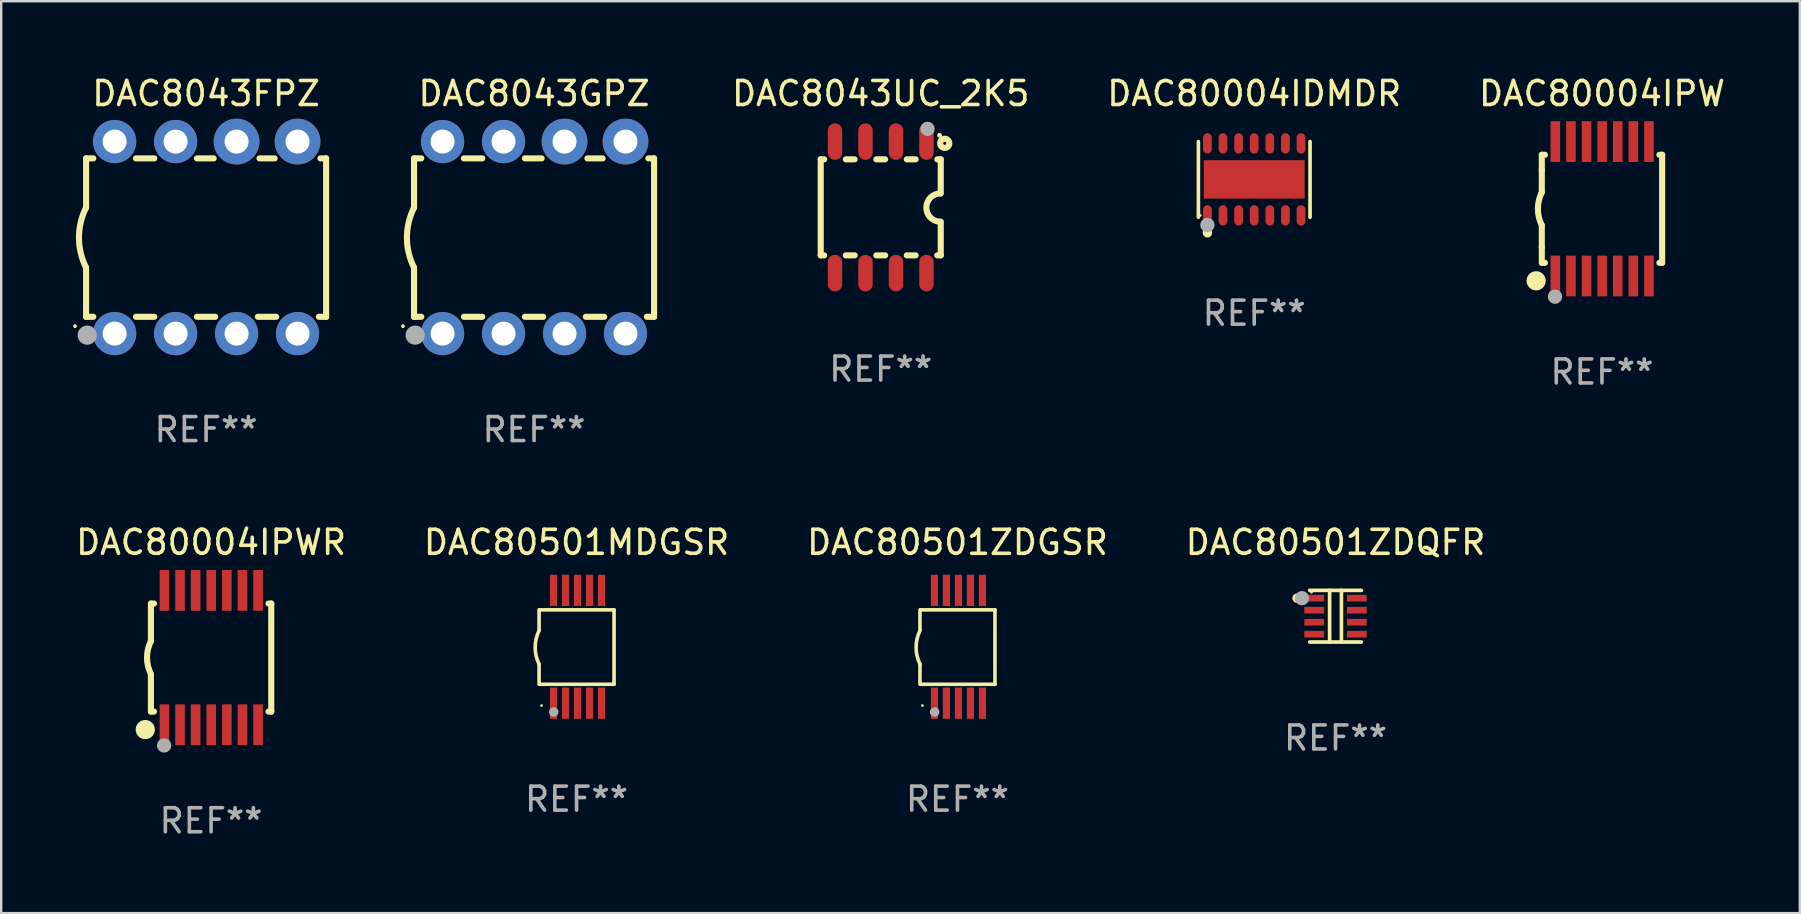
<source format=kicad_pcb>
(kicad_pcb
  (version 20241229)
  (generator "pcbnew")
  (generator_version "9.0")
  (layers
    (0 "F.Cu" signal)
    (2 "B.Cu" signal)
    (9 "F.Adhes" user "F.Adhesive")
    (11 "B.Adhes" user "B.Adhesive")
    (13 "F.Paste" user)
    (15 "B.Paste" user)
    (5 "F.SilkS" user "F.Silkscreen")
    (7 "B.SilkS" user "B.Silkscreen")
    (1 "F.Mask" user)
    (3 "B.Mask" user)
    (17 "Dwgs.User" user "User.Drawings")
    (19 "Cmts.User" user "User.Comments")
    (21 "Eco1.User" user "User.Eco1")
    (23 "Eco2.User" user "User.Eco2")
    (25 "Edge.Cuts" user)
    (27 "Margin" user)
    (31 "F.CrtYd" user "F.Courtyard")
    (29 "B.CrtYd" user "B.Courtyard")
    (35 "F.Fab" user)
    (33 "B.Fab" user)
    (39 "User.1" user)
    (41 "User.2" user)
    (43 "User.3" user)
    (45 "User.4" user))
  (footprint "DAC80501MDGSR"
    (layer "F.Cu")
    (at 20.97 23.895)
    (property "Reference" "DAC80501MDGSR" (at 0 -4.35 0) (layer "F.SilkS") (effects (font (size 1 1) (thickness 0.15))))
    (attr through_hole)
    (fp_line (start -1.562 -1.537) (end -1.562 -0.698) (stroke (width 0.15) (type solid)) (layer "F.SilkS"))
    (fp_line (start -1.562 0.724) (end -1.562 1.562) (stroke (width 0.15) (type solid)) (layer "F.SilkS"))
    (fp_line (start -1.538 -1.537) (end 1.562 -1.537) (stroke (width 0.15) (type solid)) (layer "F.SilkS"))
    (fp_line (start -1.538 1.562) (end 1.562 1.562) (stroke (width 0.15) (type solid)) (layer "F.SilkS"))
    (fp_line (start 1.562 1.564) (end 1.562 -1.537) (stroke (width 0.15) (type solid)) (layer "F.SilkS"))
    (fp_arc (start -1.562103 0.724079) (mid -1.723579 0.025578) (end -1.562103 -0.672924) (stroke (width 0.150013) (type solid)) (layer "F.SilkS"))
    (fp_circle (center -1.459 2.45) (end -1.429 2.45) (stroke (width 0.06) (type solid)) (fill no) (layer "F.SilkS"))
    (fp_circle (center -0.95 2.718) (end -0.85 2.718) (stroke (width 0.2) (type solid)) (fill no) (layer "F.Fab"))
    (fp_text user "REF**" (at 0 6.35 0) (layer "F.Fab") (effects (font (size 1 1) (thickness 0.15))))
    (pad "1" smd rect (at -0.959 2.35) (size 0.3 1.3) (layers "F.Cu" "F.Mask" "F.Paste"))
    (pad "2" smd rect (at -0.459 2.35) (size 0.3 1.3) (layers "F.Cu" "F.Mask" "F.Paste"))
    (pad "3" smd rect (at 0.04 2.35) (size 0.3 1.3) (layers "F.Cu" "F.Mask" "F.Paste"))
    (pad "4" smd rect (at 0.541 2.35) (size 0.3 1.3) (layers "F.Cu" "F.Mask" "F.Paste"))
    (pad "5" smd rect (at 1.041 2.35) (size 0.3 1.3) (layers "F.Cu" "F.Mask" "F.Paste"))
    (pad "6" smd rect (at 1.04 -2.35) (size 0.3 1.3) (layers "F.Cu" "F.Mask" "F.Paste"))
    (pad "7" smd rect (at 0.541 -2.35) (size 0.3 1.3) (layers "F.Cu" "F.Mask" "F.Paste"))
    (pad "8" smd rect (at 0.041 -2.35) (size 0.3 1.3) (layers "F.Cu" "F.Mask" "F.Paste"))
    (pad "9" smd rect (at -0.459 -2.35) (size 0.3 1.3) (layers "F.Cu" "F.Mask" "F.Paste"))
    (pad "10" smd rect (at -0.96 -2.35) (size 0.3 1.3) (layers "F.Cu" "F.Mask" "F.Paste")))
  (footprint "DAC80501ZDQFR"
    (layer "F.Cu")
    (at 52.589 22.621)
    (property "Reference" "DAC80501ZDQFR" (at 0 -3.076 0) (layer "F.SilkS") (effects (font (size 1 1) (thickness 0.15))))
    (attr through_hole)
    (fp_line (start -1.076 -1.076) (end 1.076 -1.076) (stroke (width 0.152) (type solid)) (layer "F.SilkS"))
    (fp_line (start -0.246 -1.076) (end -0.246 1.076) (stroke (width 0.152) (type solid)) (layer "F.SilkS"))
    (fp_line (start 0.246 -1.076) (end 0.246 1.076) (stroke (width 0.152) (type solid)) (layer "F.SilkS"))
    (fp_line (start 1.076 1.076) (end -1.076 1.076) (stroke (width 0.152) (type solid)) (layer "F.SilkS"))
    (fp_circle (center -1.6 -0.75) (end -1.5 -0.75) (stroke (width 0.2) (type solid)) (fill no) (layer "F.SilkS"))
    (fp_circle (center -1 -1) (end -0.97 -1) (stroke (width 0.06) (type solid)) (fill no) (layer "F.SilkS"))
    (fp_circle (center -1.4 -0.75) (end -1.25 -0.75) (stroke (width 0.3) (type solid)) (fill no) (layer "F.Fab"))
    (fp_text user "REF**" (at 0 5.076 0) (layer "F.Fab") (effects (font (size 1 1) (thickness 0.15))))
    (pad "1" smd rect (at -0.887 -0.75) (size 0.825 0.28) (layers "F.Cu" "F.Mask" "F.Paste"))
    (pad "2" smd rect (at -0.887 -0.25) (size 0.825 0.28) (layers "F.Cu" "F.Mask" "F.Paste"))
    (pad "3" smd rect (at -0.887 0.25) (size 0.825 0.28) (layers "F.Cu" "F.Mask" "F.Paste"))
    (pad "4" smd rect (at -0.887 0.75) (size 0.825 0.28) (layers "F.Cu" "F.Mask" "F.Paste"))
    (pad "5" smd rect (at 0.887 0.75) (size 0.825 0.28) (layers "F.Cu" "F.Mask" "F.Paste"))
    (pad "6" smd rect (at 0.887 0.25) (size 0.825 0.28) (layers "F.Cu" "F.Mask" "F.Paste"))
    (pad "7" smd rect (at 0.887 -0.25) (size 0.825 0.28) (layers "F.Cu" "F.Mask" "F.Paste"))
    (pad "8" smd rect (at 0.887 -0.75) (size 0.825 0.28) (layers "F.Cu" "F.Mask" "F.Paste")))
  (footprint "DAC80501ZDGSR"
    (layer "F.Cu")
    (at 36.839 23.895)
    (property "Reference" "DAC80501ZDGSR" (at 0 -4.35 0) (layer "F.SilkS") (effects (font (size 1 1) (thickness 0.15))))
    (attr through_hole)
    (fp_line (start -1.562 -1.537) (end -1.562 -0.698) (stroke (width 0.15) (type solid)) (layer "F.SilkS"))
    (fp_line (start -1.562 0.724) (end -1.562 1.562) (stroke (width 0.15) (type solid)) (layer "F.SilkS"))
    (fp_line (start -1.538 -1.537) (end 1.562 -1.537) (stroke (width 0.15) (type solid)) (layer "F.SilkS"))
    (fp_line (start -1.538 1.562) (end 1.562 1.562) (stroke (width 0.15) (type solid)) (layer "F.SilkS"))
    (fp_line (start 1.562 1.564) (end 1.562 -1.537) (stroke (width 0.15) (type solid)) (layer "F.SilkS"))
    (fp_arc (start -1.562103 0.724079) (mid -1.723579 0.025578) (end -1.562103 -0.672924) (stroke (width 0.150013) (type solid)) (layer "F.SilkS"))
    (fp_circle (center -1.459 2.45) (end -1.429 2.45) (stroke (width 0.06) (type solid)) (fill no) (layer "F.SilkS"))
    (fp_circle (center -0.95 2.718) (end -0.85 2.718) (stroke (width 0.2) (type solid)) (fill no) (layer "F.Fab"))
    (fp_text user "REF**" (at 0 6.35 0) (layer "F.Fab") (effects (font (size 1 1) (thickness 0.15))))
    (pad "1" smd rect (at -0.959 2.35) (size 0.3 1.3) (layers "F.Cu" "F.Mask" "F.Paste"))
    (pad "2" smd rect (at -0.459 2.35) (size 0.3 1.3) (layers "F.Cu" "F.Mask" "F.Paste"))
    (pad "3" smd rect (at 0.04 2.35) (size 0.3 1.3) (layers "F.Cu" "F.Mask" "F.Paste"))
    (pad "4" smd rect (at 0.541 2.35) (size 0.3 1.3) (layers "F.Cu" "F.Mask" "F.Paste"))
    (pad "5" smd rect (at 1.041 2.35) (size 0.3 1.3) (layers "F.Cu" "F.Mask" "F.Paste"))
    (pad "6" smd rect (at 1.04 -2.35) (size 0.3 1.3) (layers "F.Cu" "F.Mask" "F.Paste"))
    (pad "7" smd rect (at 0.541 -2.35) (size 0.3 1.3) (layers "F.Cu" "F.Mask" "F.Paste"))
    (pad "8" smd rect (at 0.041 -2.35) (size 0.3 1.3) (layers "F.Cu" "F.Mask" "F.Paste"))
    (pad "9" smd rect (at -0.459 -2.35) (size 0.3 1.3) (layers "F.Cu" "F.Mask" "F.Paste"))
    (pad "10" smd rect (at -0.96 -2.35) (size 0.3 1.3) (layers "F.Cu" "F.Mask" "F.Paste")))
  (footprint "DAC8043GPZ"
    (layer "F.Cu")
    (at 19.199 6.848)
    (property "Reference" "DAC8043GPZ" (at 0 -6 0) (layer "F.SilkS") (effects (font (size 1 1) (thickness 0.15))))
    (attr through_hole)
    (fp_line (start -5 -3.3) (end -5 -1.25) (stroke (width 0.254) (type solid)) (layer "F.SilkS"))
    (fp_line (start -5 -3.3) (end -4.698 -3.3) (stroke (width 0.254) (type solid)) (layer "F.SilkS"))
    (fp_line (start -5 3.3) (end -5 1.25) (stroke (width 0.254) (type solid)) (layer "F.SilkS"))
    (fp_line (start -5 3.3) (end -4.698 3.3) (stroke (width 0.254) (type solid)) (layer "F.SilkS"))
    (fp_line (start -2.922 -3.3) (end -2.158 -3.3) (stroke (width 0.254) (type solid)) (layer "F.SilkS"))
    (fp_line (start -2.922 3.3) (end -2.158 3.3) (stroke (width 0.254) (type solid)) (layer "F.SilkS"))
    (fp_line (start -0.382 -3.3) (end 0.316 -3.3) (stroke (width 0.254) (type solid)) (layer "F.SilkS"))
    (fp_line (start -0.382 3.3) (end 0.382 3.3) (stroke (width 0.254) (type solid)) (layer "F.SilkS"))
    (fp_line (start 2.158 3.3) (end 2.922 3.3) (stroke (width 0.254) (type solid)) (layer "F.SilkS"))
    (fp_line (start 2.224 -3.3) (end 2.856 -3.3) (stroke (width 0.254) (type solid)) (layer "F.SilkS"))
    (fp_line (start 4.698 3.3) (end 5 3.3) (stroke (width 0.254) (type solid)) (layer "F.SilkS"))
    (fp_line (start 4.764 -3.3) (end 5 -3.3) (stroke (width 0.254) (type solid)) (layer "F.SilkS"))
    (fp_line (start 5 -3.3) (end 5 3.3) (stroke (width 0.254) (type solid)) (layer "F.SilkS"))
    (fp_arc (start -5.46124 3.694259) (mid -5.461175 3.688632) (end -5.460986 3.683007) (stroke (width 0.149987) (type solid)) (layer "F.SilkS"))
    (fp_arc (start -5.00127 1.249682) (mid -5.295892 -0.000313) (end -5.000025 -1.250013) (stroke (width 0.254001) (type solid)) (layer "F.SilkS"))
    (fp_circle (center -4.795 4.237) (end -4.765 4.237) (stroke (width 0.06) (type solid)) (fill no) (layer "F.SilkS"))
    (fp_circle (center -4.953 4.064) (end -4.753 4.064) (stroke (width 0.4) (type solid)) (fill no) (layer "F.Fab"))
    (fp_text user "REF**" (at 0 8 0) (layer "F.Fab") (effects (font (size 1 1) (thickness 0.15))))
    (pad "1" thru_hole circle (at -3.81 4) (size 1.8 1.8) (drill 1) (layers "*.Cu" "*.Mask"))
    (pad "2" thru_hole circle (at -1.27 4) (size 1.8 1.8) (drill 1) (layers "*.Cu" "*.Mask"))
    (pad "3" thru_hole circle (at 1.27 4) (size 1.8 1.8) (drill 1) (layers "*.Cu" "*.Mask"))
    (pad "4" thru_hole circle (at 3.81 4) (size 1.8 1.8) (drill 1) (layers "*.Cu" "*.Mask"))
    (pad "5" thru_hole circle (at 3.81 -4) (size 1.905 1.905) (drill 1) (layers "*.Cu" "*.Mask"))
    (pad "6" thru_hole circle (at 1.27 -4) (size 1.905 1.905) (drill 1) (layers "*.Cu" "*.Mask"))
    (pad "7" thru_hole circle (at -1.27 -4) (size 1.8 1.8) (drill 1) (layers "*.Cu" "*.Mask"))
    (pad "8" thru_hole circle (at -3.81 -4) (size 1.8 1.8) (drill 1) (layers "*.Cu" "*.Mask")))
  (footprint "DAC8043FPZ"
    (layer "F.Cu")
    (at 5.536 6.848)
    (property "Reference" "DAC8043FPZ" (at 0 -6 0) (layer "F.SilkS") (effects (font (size 1 1) (thickness 0.15))))
    (attr through_hole)
    (fp_line (start -5 -3.3) (end -5 -1.25) (stroke (width 0.254) (type solid)) (layer "F.SilkS"))
    (fp_line (start -5 -3.3) (end -4.698 -3.3) (stroke (width 0.254) (type solid)) (layer "F.SilkS"))
    (fp_line (start -5 3.3) (end -5 1.25) (stroke (width 0.254) (type solid)) (layer "F.SilkS"))
    (fp_line (start -5 3.3) (end -4.698 3.3) (stroke (width 0.254) (type solid)) (layer "F.SilkS"))
    (fp_line (start -2.922 -3.3) (end -2.158 -3.3) (stroke (width 0.254) (type solid)) (layer "F.SilkS"))
    (fp_line (start -2.922 3.3) (end -2.158 3.3) (stroke (width 0.254) (type solid)) (layer "F.SilkS"))
    (fp_line (start -0.382 -3.3) (end 0.316 -3.3) (stroke (width 0.254) (type solid)) (layer "F.SilkS"))
    (fp_line (start -0.382 3.3) (end 0.382 3.3) (stroke (width 0.254) (type solid)) (layer "F.SilkS"))
    (fp_line (start 2.158 3.3) (end 2.922 3.3) (stroke (width 0.254) (type solid)) (layer "F.SilkS"))
    (fp_line (start 2.224 -3.3) (end 2.856 -3.3) (stroke (width 0.254) (type solid)) (layer "F.SilkS"))
    (fp_line (start 4.698 3.3) (end 5 3.3) (stroke (width 0.254) (type solid)) (layer "F.SilkS"))
    (fp_line (start 4.764 -3.3) (end 5 -3.3) (stroke (width 0.254) (type solid)) (layer "F.SilkS"))
    (fp_line (start 5 -3.3) (end 5 3.3) (stroke (width 0.254) (type solid)) (layer "F.SilkS"))
    (fp_arc (start -5.46124 3.694259) (mid -5.461175 3.688632) (end -5.460986 3.683007) (stroke (width 0.149987) (type solid)) (layer "F.SilkS"))
    (fp_arc (start -5.00127 1.249682) (mid -5.295892 -0.000313) (end -5.000025 -1.250013) (stroke (width 0.254001) (type solid)) (layer "F.SilkS"))
    (fp_circle (center -4.795 4.237) (end -4.765 4.237) (stroke (width 0.06) (type solid)) (fill no) (layer "F.SilkS"))
    (fp_circle (center -4.953 4.064) (end -4.753 4.064) (stroke (width 0.4) (type solid)) (fill no) (layer "F.Fab"))
    (fp_text user "REF**" (at 0 8 0) (layer "F.Fab") (effects (font (size 1 1) (thickness 0.15))))
    (pad "1" thru_hole circle (at -3.81 4) (size 1.8 1.8) (drill 1) (layers "*.Cu" "*.Mask"))
    (pad "2" thru_hole circle (at -1.27 4) (size 1.8 1.8) (drill 1) (layers "*.Cu" "*.Mask"))
    (pad "3" thru_hole circle (at 1.27 4) (size 1.8 1.8) (drill 1) (layers "*.Cu" "*.Mask"))
    (pad "4" thru_hole circle (at 3.81 4) (size 1.8 1.8) (drill 1) (layers "*.Cu" "*.Mask"))
    (pad "5" thru_hole circle (at 3.81 -4) (size 1.905 1.905) (drill 1) (layers "*.Cu" "*.Mask"))
    (pad "6" thru_hole circle (at 1.27 -4) (size 1.905 1.905) (drill 1) (layers "*.Cu" "*.Mask"))
    (pad "7" thru_hole circle (at -1.27 -4) (size 1.8 1.8) (drill 1) (layers "*.Cu" "*.Mask"))
    (pad "8" thru_hole circle (at -3.81 -4) (size 1.8 1.8) (drill 1) (layers "*.Cu" "*.Mask")))
  (footprint "DAC8043UC_2K5"
    (layer "F.Cu")
    (at 33.642 5.588)
    (property "Reference" "DAC8043UC_2K5" (at 0 -4.74 0) (layer "F.SilkS") (effects (font (size 1 1) (thickness 0.15))))
    (attr through_hole)
    (fp_line (start -2.5 2) (end -2.5 -2) (stroke (width 0.254) (type solid)) (layer "F.SilkS"))
    (fp_line (start -2.356 -2) (end -2.5 -2) (stroke (width 0.254) (type solid)) (layer "F.SilkS"))
    (fp_line (start -2.356 2) (end -2.5 2) (stroke (width 0.254) (type solid)) (layer "F.SilkS"))
    (fp_line (start -1.086 -2) (end -1.454 -2) (stroke (width 0.254) (type solid)) (layer "F.SilkS"))
    (fp_line (start -1.086 2) (end -1.454 2) (stroke (width 0.254) (type solid)) (layer "F.SilkS"))
    (fp_line (start 0.184 -2) (end -0.184 -2) (stroke (width 0.254) (type solid)) (layer "F.SilkS"))
    (fp_line (start 0.184 2) (end -0.184 2) (stroke (width 0.254) (type solid)) (layer "F.SilkS"))
    (fp_line (start 1.454 -2) (end 1.086 -2) (stroke (width 0.254) (type solid)) (layer "F.SilkS"))
    (fp_line (start 1.454 2) (end 1.086 2) (stroke (width 0.254) (type solid)) (layer "F.SilkS"))
    (fp_line (start 2.5 -2) (end 2.356 -2) (stroke (width 0.254) (type solid)) (layer "F.SilkS"))
    (fp_line (start 2.5 -0.58) (end 2.5 -2) (stroke (width 0.254) (type solid)) (layer "F.SilkS"))
    (fp_line (start 2.5 2) (end 2.356 2) (stroke (width 0.254) (type solid)) (layer "F.SilkS"))
    (fp_line (start 2.5 2) (end 2.5 0.6) (stroke (width 0.254) (type solid)) (layer "F.SilkS"))
    (fp_arc (start 2.489992 0.600051) (mid 1.901674 0.010046) (end 2.489992 -0.579959) (stroke (width 0.254001) (type solid)) (layer "F.SilkS"))
    (fp_circle (center 2.45 -3) (end 2.5 -3) (stroke (width 0.1) (type solid)) (fill no) (layer "F.SilkS"))
    (fp_circle (center 2.667 -2.667) (end 2.858 -2.667) (stroke (width 0.254) (type solid)) (fill no) (layer "F.SilkS"))
    (fp_circle (center 1.95 -3.27) (end 2.1 -3.27) (stroke (width 0.3) (type solid)) (fill no) (layer "F.Fab"))
    (fp_text user "REF**" (at 0 6.74 0) (layer "F.Fab") (effects (font (size 1 1) (thickness 0.15))))
    (pad "1" smd oval (at 1.905 -2.74) (size 0.6 1.52) (layers "F.Cu" "F.Mask" "F.Paste"))
    (pad "2" smd oval (at 0.635 -2.74) (size 0.6 1.52) (layers "F.Cu" "F.Mask" "F.Paste"))
    (pad "3" smd oval (at -0.635 -2.74) (size 0.6 1.52) (layers "F.Cu" "F.Mask" "F.Paste"))
    (pad "4" smd oval (at -1.905 -2.74) (size 0.6 1.52) (layers "F.Cu" "F.Mask" "F.Paste"))
    (pad "5" smd oval (at -1.905 2.74) (size 0.6 1.52) (layers "F.Cu" "F.Mask" "F.Paste"))
    (pad "6" smd oval (at -0.635 2.74) (size 0.6 1.52) (layers "F.Cu" "F.Mask" "F.Paste"))
    (pad "7" smd oval (at 0.635 2.74) (size 0.6 1.52) (layers "F.Cu" "F.Mask" "F.Paste"))
    (pad "8" smd oval (at 1.905 2.74) (size 0.6 1.52) (layers "F.Cu" "F.Mask" "F.Paste")))
  (footprint "DAC80004IPW"
    (layer "F.Cu")
    (at 63.69 5.648)
    (property "Reference" "DAC80004IPW" (at 0 -4.8 0) (layer "F.SilkS") (effects (font (size 1 1) (thickness 0.15))))
    (attr through_hole)
    (fp_line (start -2.507 -1.6) (end -2.507 -2.25) (stroke (width 0.254) (type solid)) (layer "F.SilkS"))
    (fp_line (start -2.507 -0.686) (end -2.507 -1.6) (stroke (width 0.254) (type solid)) (layer "F.SilkS"))
    (fp_line (start -2.507 1.6) (end -2.507 0.686) (stroke (width 0.254) (type solid)) (layer "F.SilkS"))
    (fp_line (start -2.507 1.6) (end -2.507 2.25) (stroke (width 0.254) (type solid)) (layer "F.SilkS"))
    (fp_line (start -2.493 -2.25) (end -2.377 -2.25) (stroke (width 0.254) (type solid)) (layer "F.SilkS"))
    (fp_line (start -2.377 2.25) (end -2.493 2.25) (stroke (width 0.254) (type solid)) (layer "F.SilkS"))
    (fp_line (start 2.392 -2.25) (end 2.507 -2.25) (stroke (width 0.254) (type solid)) (layer "F.SilkS"))
    (fp_line (start 2.507 -2.25) (end 2.507 2.25) (stroke (width 0.254) (type solid)) (layer "F.SilkS"))
    (fp_line (start 2.507 2.25) (end 2.392 2.25) (stroke (width 0.254) (type solid)) (layer "F.SilkS"))
    (fp_arc (start -2.507303 0.685802) (mid -2.669199 0) (end -2.507303 -0.685801) (stroke (width 0.254001) (type solid)) (layer "F.SilkS"))
    (fp_circle (center -2.743 3) (end -2.543 3) (stroke (width 0.4) (type solid)) (fill no) (layer "F.SilkS"))
    (fp_circle (center -2.493 3.2) (end -2.463 3.2) (stroke (width 0.06) (type solid)) (fill no) (layer "F.SilkS"))
    (fp_circle (center -1.957 3.662) (end -1.807 3.662) (stroke (width 0.3) (type solid)) (fill no) (layer "F.Fab"))
    (fp_text user "REF**" (at 0 6.8 0) (layer "F.Fab") (effects (font (size 1 1) (thickness 0.15))))
    (pad "1" smd rect (at -1.943 2.8) (size 0.4 1.7) (layers "F.Cu" "F.Mask" "F.Paste"))
    (pad "2" smd rect (at -1.293 2.8) (size 0.4 1.7) (layers "F.Cu" "F.Mask" "F.Paste"))
    (pad "3" smd rect (at -0.643 2.8) (size 0.4 1.7) (layers "F.Cu" "F.Mask" "F.Paste"))
    (pad "4" smd rect (at 0.007 2.8) (size 0.4 1.7) (layers "F.Cu" "F.Mask" "F.Paste"))
    (pad "5" smd rect (at 0.657 2.8) (size 0.4 1.7) (layers "F.Cu" "F.Mask" "F.Paste"))
    (pad "6" smd rect (at 1.307 2.8) (size 0.4 1.7) (layers "F.Cu" "F.Mask" "F.Paste"))
    (pad "7" smd rect (at 1.957 2.8) (size 0.4 1.7) (layers "F.Cu" "F.Mask" "F.Paste"))
    (pad "8" smd rect (at 1.957 -2.8) (size 0.4 1.7) (layers "F.Cu" "F.Mask" "F.Paste"))
    (pad "9" smd rect (at 1.307 -2.8) (size 0.4 1.7) (layers "F.Cu" "F.Mask" "F.Paste"))
    (pad "10" smd rect (at 0.657 -2.8) (size 0.4 1.7) (layers "F.Cu" "F.Mask" "F.Paste"))
    (pad "11" smd rect (at 0.007 -2.8) (size 0.4 1.7) (layers "F.Cu" "F.Mask" "F.Paste"))
    (pad "12" smd rect (at -0.643 -2.8) (size 0.4 1.7) (layers "F.Cu" "F.Mask" "F.Paste"))
    (pad "13" smd rect (at -1.293 -2.8) (size 0.4 1.7) (layers "F.Cu" "F.Mask" "F.Paste"))
    (pad "14" smd rect (at -1.943 -2.8) (size 0.4 1.7) (layers "F.Cu" "F.Mask" "F.Paste")))
  (footprint "DAC80004IPWR"
    (layer "F.Cu")
    (at 5.744 24.345)
    (property "Reference" "DAC80004IPWR" (at 0 -4.8 0) (layer "F.SilkS") (effects (font (size 1 1) (thickness 0.15))))
    (attr through_hole)
    (fp_line (start -2.507 -1.6) (end -2.507 -2.25) (stroke (width 0.254) (type solid)) (layer "F.SilkS"))
    (fp_line (start -2.507 -0.686) (end -2.507 -1.6) (stroke (width 0.254) (type solid)) (layer "F.SilkS"))
    (fp_line (start -2.507 1.6) (end -2.507 0.686) (stroke (width 0.254) (type solid)) (layer "F.SilkS"))
    (fp_line (start -2.507 1.6) (end -2.507 2.25) (stroke (width 0.254) (type solid)) (layer "F.SilkS"))
    (fp_line (start -2.493 -2.25) (end -2.377 -2.25) (stroke (width 0.254) (type solid)) (layer "F.SilkS"))
    (fp_line (start -2.377 2.25) (end -2.493 2.25) (stroke (width 0.254) (type solid)) (layer "F.SilkS"))
    (fp_line (start 2.392 -2.25) (end 2.507 -2.25) (stroke (width 0.254) (type solid)) (layer "F.SilkS"))
    (fp_line (start 2.507 -2.25) (end 2.507 2.25) (stroke (width 0.254) (type solid)) (layer "F.SilkS"))
    (fp_line (start 2.507 2.25) (end 2.392 2.25) (stroke (width 0.254) (type solid)) (layer "F.SilkS"))
    (fp_arc (start -2.507303 0.685802) (mid -2.669199 0) (end -2.507303 -0.685801) (stroke (width 0.254001) (type solid)) (layer "F.SilkS"))
    (fp_circle (center -2.743 3) (end -2.543 3) (stroke (width 0.4) (type solid)) (fill no) (layer "F.SilkS"))
    (fp_circle (center -2.493 3.2) (end -2.463 3.2) (stroke (width 0.06) (type solid)) (fill no) (layer "F.SilkS"))
    (fp_circle (center -1.957 3.662) (end -1.807 3.662) (stroke (width 0.3) (type solid)) (fill no) (layer "F.Fab"))
    (fp_text user "REF**" (at 0 6.8 0) (layer "F.Fab") (effects (font (size 1 1) (thickness 0.15))))
    (pad "1" smd rect (at -1.943 2.8) (size 0.4 1.7) (layers "F.Cu" "F.Mask" "F.Paste"))
    (pad "2" smd rect (at -1.293 2.8) (size 0.4 1.7) (layers "F.Cu" "F.Mask" "F.Paste"))
    (pad "3" smd rect (at -0.643 2.8) (size 0.4 1.7) (layers "F.Cu" "F.Mask" "F.Paste"))
    (pad "4" smd rect (at 0.007 2.8) (size 0.4 1.7) (layers "F.Cu" "F.Mask" "F.Paste"))
    (pad "5" smd rect (at 0.657 2.8) (size 0.4 1.7) (layers "F.Cu" "F.Mask" "F.Paste"))
    (pad "6" smd rect (at 1.307 2.8) (size 0.4 1.7) (layers "F.Cu" "F.Mask" "F.Paste"))
    (pad "7" smd rect (at 1.957 2.8) (size 0.4 1.7) (layers "F.Cu" "F.Mask" "F.Paste"))
    (pad "8" smd rect (at 1.957 -2.8) (size 0.4 1.7) (layers "F.Cu" "F.Mask" "F.Paste"))
    (pad "9" smd rect (at 1.307 -2.8) (size 0.4 1.7) (layers "F.Cu" "F.Mask" "F.Paste"))
    (pad "10" smd rect (at 0.657 -2.8) (size 0.4 1.7) (layers "F.Cu" "F.Mask" "F.Paste"))
    (pad "11" smd rect (at 0.007 -2.8) (size 0.4 1.7) (layers "F.Cu" "F.Mask" "F.Paste"))
    (pad "12" smd rect (at -0.643 -2.8) (size 0.4 1.7) (layers "F.Cu" "F.Mask" "F.Paste"))
    (pad "13" smd rect (at -1.293 -2.8) (size 0.4 1.7) (layers "F.Cu" "F.Mask" "F.Paste"))
    (pad "14" smd rect (at -1.943 -2.8) (size 0.4 1.7) (layers "F.Cu" "F.Mask" "F.Paste")))
  (footprint "DAC80004IDMDR"
    (layer "F.Cu")
    (at 49.202 4.424)
    (property "Reference" "DAC80004IDMDR" (at 0 -3.576 0) (layer "F.SilkS") (effects (font (size 1 1) (thickness 0.15))))
    (attr through_hole)
    (fp_line (start -2.326 1.576) (end -2.326 -1.576) (stroke (width 0.152) (type solid)) (layer "F.SilkS"))
    (fp_line (start 2.326 -1.576) (end 2.326 1.576) (stroke (width 0.152) (type solid)) (layer "F.SilkS"))
    (fp_circle (center -2.25 1.5) (end -2.22 1.5) (stroke (width 0.06) (type solid)) (fill no) (layer "F.SilkS"))
    (fp_circle (center -1.95 2.222) (end -1.85 2.222) (stroke (width 0.2) (type solid)) (fill no) (layer "F.SilkS"))
    (fp_circle (center -1.95 1.9) (end -1.8 1.9) (stroke (width 0.3) (type solid)) (fill no) (layer "F.Fab"))
    (fp_text user "REF**" (at 0 5.576 0) (layer "F.Fab") (effects (font (size 1 1) (thickness 0.15))))
    (pad "1" smd oval (at -1.95 1.499) (size 0.364 0.847) (layers "F.Cu" "F.Mask" "F.Paste"))
    (pad "2" smd oval (at -1.3 1.499) (size 0.364 0.847) (layers "F.Cu" "F.Mask" "F.Paste"))
    (pad "3" smd oval (at -0.65 1.499) (size 0.364 0.847) (layers "F.Cu" "F.Mask" "F.Paste"))
    (pad "4" smd oval (at 0 1.499) (size 0.364 0.847) (layers "F.Cu" "F.Mask" "F.Paste"))
    (pad "5" smd oval (at 0.65 1.499) (size 0.364 0.847) (layers "F.Cu" "F.Mask" "F.Paste"))
    (pad "6" smd oval (at 1.3 1.499) (size 0.364 0.847) (layers "F.Cu" "F.Mask" "F.Paste"))
    (pad "7" smd oval (at 1.95 1.499) (size 0.364 0.847) (layers "F.Cu" "F.Mask" "F.Paste"))
    (pad "8" smd oval (at 1.95 -1.499) (size 0.364 0.847) (layers "F.Cu" "F.Mask" "F.Paste"))
    (pad "9" smd oval (at 1.3 -1.499) (size 0.364 0.847) (layers "F.Cu" "F.Mask" "F.Paste"))
    (pad "10" smd oval (at 0.65 -1.499) (size 0.364 0.847) (layers "F.Cu" "F.Mask" "F.Paste"))
    (pad "11" smd oval (at 0 -1.499) (size 0.364 0.847) (layers "F.Cu" "F.Mask" "F.Paste"))
    (pad "12" smd oval (at -0.65 -1.499) (size 0.364 0.847) (layers "F.Cu" "F.Mask" "F.Paste"))
    (pad "13" smd oval (at -1.3 -1.499) (size 0.364 0.847) (layers "F.Cu" "F.Mask" "F.Paste"))
    (pad "14" smd oval (at -1.95 -1.499) (size 0.364 0.847) (layers "F.Cu" "F.Mask" "F.Paste"))
    (pad "15" smd rect (at 0 0) (size 4.2 1.6) (layers "F.Cu" "F.Mask" "F.Paste")))
  (gr_rect
    (start -3 -3)
    (end 71.934 34.993)
    (stroke (width 0.1) (type default))
    (fill no)
    (layer "Edge.Cuts")))
</source>
